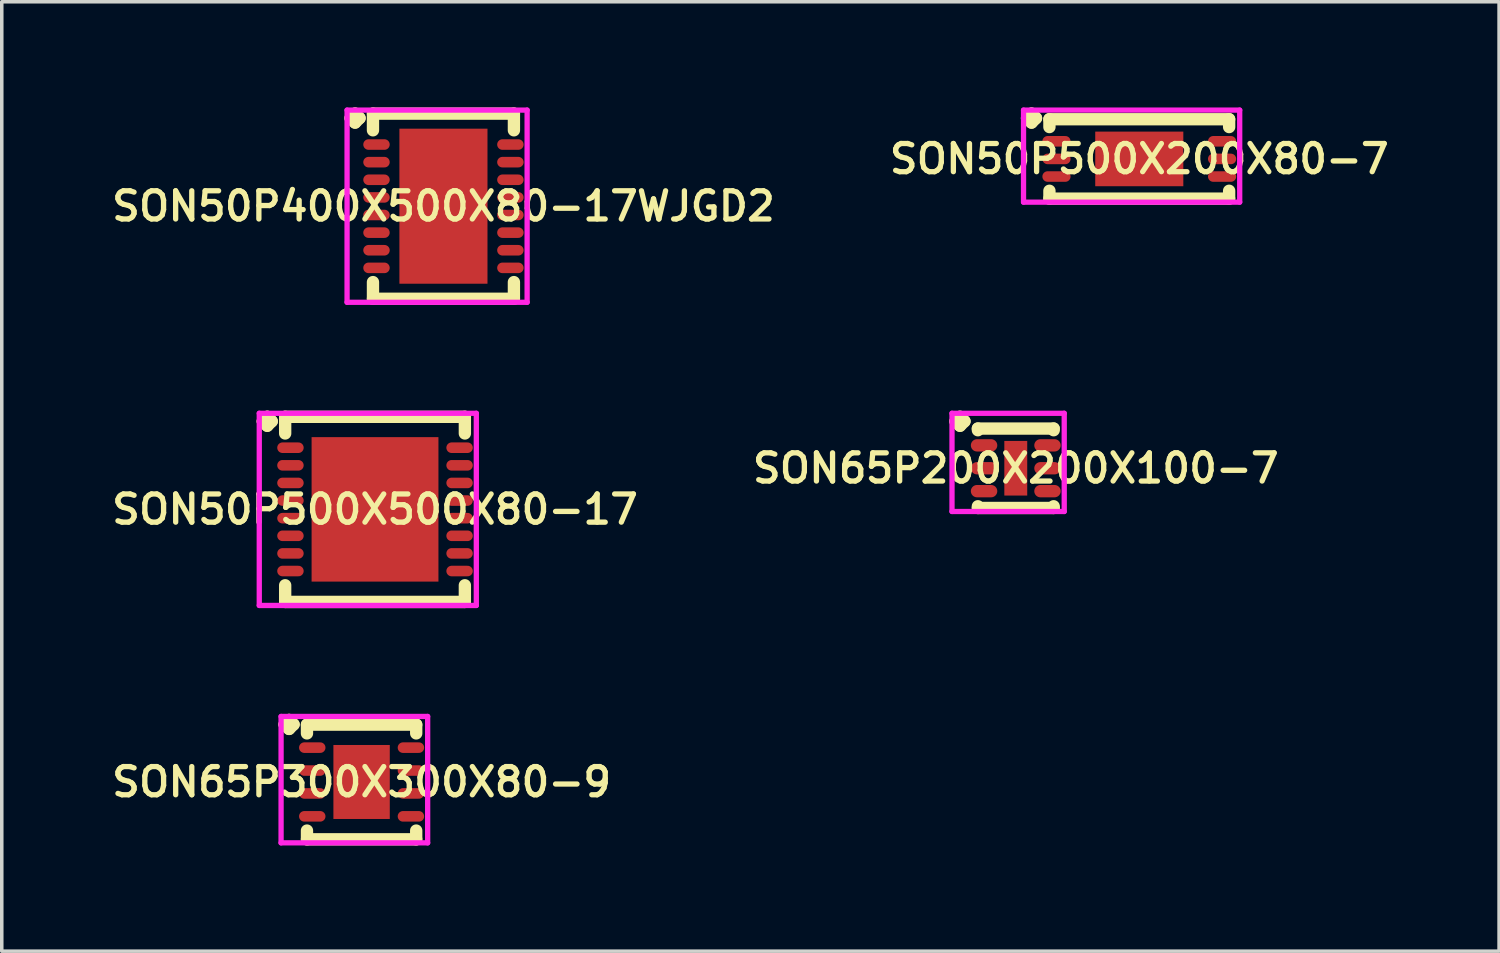
<source format=kicad_pcb>
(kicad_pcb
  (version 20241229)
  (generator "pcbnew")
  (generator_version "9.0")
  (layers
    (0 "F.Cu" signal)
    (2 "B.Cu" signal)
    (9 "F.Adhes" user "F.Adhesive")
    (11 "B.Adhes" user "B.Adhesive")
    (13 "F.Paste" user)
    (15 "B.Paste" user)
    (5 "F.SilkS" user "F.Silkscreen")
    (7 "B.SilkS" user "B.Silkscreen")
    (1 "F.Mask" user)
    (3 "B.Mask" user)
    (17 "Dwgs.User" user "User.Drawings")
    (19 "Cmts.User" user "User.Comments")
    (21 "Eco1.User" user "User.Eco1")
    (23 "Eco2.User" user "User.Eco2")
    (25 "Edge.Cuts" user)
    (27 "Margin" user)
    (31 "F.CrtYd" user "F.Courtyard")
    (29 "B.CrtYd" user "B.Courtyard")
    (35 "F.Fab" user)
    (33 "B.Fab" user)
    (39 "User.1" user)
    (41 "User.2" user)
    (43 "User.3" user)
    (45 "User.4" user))
  (footprint "SON65P300X300X80-9"
    (layer "F.Cu")
    (at 7.212 19.143)
    (property "Reference" "SON65P300X300X80-9" (at 0 0 0) (layer "F.SilkS") (effects (font (size 0.8 0.8) (thickness 0.15))))
    (attr smd)
    (fp_line (start -2.185 -1.633) (end -2.058 -1.76) (stroke (width 0.35) (type solid)) (layer "F.SilkS"))
    (fp_line (start -2.058 -1.76) (end -1.931 -1.633) (stroke (width 0.35) (type solid)) (layer "F.SilkS"))
    (fp_line (start -2.058 -1.506) (end -2.185 -1.633) (stroke (width 0.35) (type solid)) (layer "F.SilkS"))
    (fp_line (start -1.931 -1.633) (end -2.058 -1.506) (stroke (width 0.35) (type solid)) (layer "F.SilkS"))
    (fp_line (start -1.55 -1.627) (end 1.55 -1.627) (stroke (width 0.35) (type solid)) (layer "F.SilkS"))
    (fp_line (start -1.55 -1.379) (end -1.55 -1.627) (stroke (width 0.35) (type solid)) (layer "F.SilkS"))
    (fp_line (start -1.55 1.379) (end -1.55 1.627) (stroke (width 0.35) (type solid)) (layer "F.SilkS"))
    (fp_line (start -1.55 1.627) (end 1.55 1.627) (stroke (width 0.35) (type solid)) (layer "F.SilkS"))
    (fp_line (start 1.55 -1.627) (end 1.55 -1.379) (stroke (width 0.35) (type solid)) (layer "F.SilkS"))
    (fp_line (start 1.55 1.627) (end 1.55 1.379) (stroke (width 0.35) (type solid)) (layer "F.SilkS"))
    (fp_line (start -2.285 -1.86) (end 1.875 -1.86) (stroke (width 0.15) (type solid)) (layer "F.CrtYd"))
    (fp_line (start -2.285 1.727) (end -2.285 -1.86) (stroke (width 0.15) (type solid)) (layer "F.CrtYd"))
    (fp_line (start 1.875 -1.86) (end 1.875 1.727) (stroke (width 0.15) (type solid)) (layer "F.CrtYd"))
    (fp_line (start 1.875 1.727) (end -2.285 1.727) (stroke (width 0.15) (type solid)) (layer "F.CrtYd"))
    (pad "1" smd oval (at -1.4 -0.975) (size 0.75 0.3) (layers "F.Cu" "F.Mask" "F.Paste"))
    (pad "2" smd oval (at -1.4 -0.325) (size 0.75 0.3) (layers "F.Cu" "F.Mask" "F.Paste"))
    (pad "3" smd oval (at -1.4 0.325) (size 0.75 0.3) (layers "F.Cu" "F.Mask" "F.Paste"))
    (pad "4" smd oval (at -1.4 0.975) (size 0.75 0.3) (layers "F.Cu" "F.Mask" "F.Paste"))
    (pad "5" smd oval (at 1.4 0.975) (size 0.75 0.3) (layers "F.Cu" "F.Mask" "F.Paste"))
    (pad "6" smd oval (at 1.4 0.325) (size 0.75 0.3) (layers "F.Cu" "F.Mask" "F.Paste"))
    (pad "7" smd oval (at 1.4 -0.325) (size 0.75 0.3) (layers "F.Cu" "F.Mask" "F.Paste"))
    (pad "8" smd oval (at 1.4 -0.975) (size 0.75 0.3) (layers "F.Cu" "F.Mask" "F.Paste"))
    (pad "9" smd rect (at 0 0) (size 1.6 2.1) (layers "F.Cu" "F.Mask" "F.Paste")))
  (footprint "SON65P200X200X100-7"
    (layer "F.Cu")
    (at 25.778 10.239)
    (property "Reference" "SON65P200X200X100-7" (at 0 0 0) (layer "F.SilkS") (effects (font (size 0.8 0.8) (thickness 0.15))))
    (attr smd)
    (fp_line (start -1.71 -1.333) (end -1.583 -1.46) (stroke (width 0.35) (type solid)) (layer "F.SilkS"))
    (fp_line (start -1.583 -1.46) (end -1.456 -1.333) (stroke (width 0.35) (type solid)) (layer "F.SilkS"))
    (fp_line (start -1.583 -1.206) (end -1.71 -1.333) (stroke (width 0.35) (type solid)) (layer "F.SilkS"))
    (fp_line (start -1.456 -1.333) (end -1.583 -1.206) (stroke (width 0.35) (type solid)) (layer "F.SilkS"))
    (fp_line (start -1.075 -1.127) (end 1.075 -1.127) (stroke (width 0.35) (type solid)) (layer "F.SilkS"))
    (fp_line (start -1.075 -1.079) (end -1.075 -1.127) (stroke (width 0.35) (type solid)) (layer "F.SilkS"))
    (fp_line (start -1.075 1.079) (end -1.075 1.127) (stroke (width 0.35) (type solid)) (layer "F.SilkS"))
    (fp_line (start -1.075 1.127) (end 1.075 1.127) (stroke (width 0.35) (type solid)) (layer "F.SilkS"))
    (fp_line (start 1.075 -1.127) (end 1.075 -1.079) (stroke (width 0.35) (type solid)) (layer "F.SilkS"))
    (fp_line (start 1.075 1.127) (end 1.075 1.079) (stroke (width 0.35) (type solid)) (layer "F.SilkS"))
    (fp_line (start -1.81 -1.56) (end 1.375 -1.56) (stroke (width 0.15) (type solid)) (layer "F.CrtYd"))
    (fp_line (start -1.81 1.227) (end -1.81 -1.56) (stroke (width 0.15) (type solid)) (layer "F.CrtYd"))
    (fp_line (start 1.375 -1.56) (end 1.375 1.227) (stroke (width 0.15) (type solid)) (layer "F.CrtYd"))
    (fp_line (start 1.375 1.227) (end -1.81 1.227) (stroke (width 0.15) (type solid)) (layer "F.CrtYd"))
    (pad "1" smd oval (at -0.9 -0.65) (size 0.75 0.35) (layers "F.Cu" "F.Mask" "F.Paste"))
    (pad "2" smd oval (at -0.9 0) (size 0.75 0.35) (layers "F.Cu" "F.Mask" "F.Paste"))
    (pad "3" smd oval (at -0.9 0.65) (size 0.75 0.35) (layers "F.Cu" "F.Mask" "F.Paste"))
    (pad "4" smd oval (at 0.9 0.65) (size 0.75 0.35) (layers "F.Cu" "F.Mask" "F.Paste"))
    (pad "5" smd oval (at 0.9 0) (size 0.75 0.35) (layers "F.Cu" "F.Mask" "F.Paste"))
    (pad "6" smd oval (at 0.9 -0.65) (size 0.75 0.35) (layers "F.Cu" "F.Mask" "F.Paste"))
    (pad "7" smd rect (at 0 0) (size 0.65 1.55) (layers "F.Cu" "F.Mask" "F.Paste")))
  (footprint "SON50P500X200X80-7"
    (layer "F.Cu")
    (at 29.283 1.46)
    (property "Reference" "SON50P500X200X80-7" (at 0 0 0) (layer "F.SilkS") (effects (font (size 0.8 0.8) (thickness 0.15))))
    (attr smd)
    (fp_line (start -3.185 -1.158) (end -3.058 -1.285) (stroke (width 0.35) (type solid)) (layer "F.SilkS"))
    (fp_line (start -3.058 -1.285) (end -2.931 -1.158) (stroke (width 0.35) (type solid)) (layer "F.SilkS"))
    (fp_line (start -3.058 -1.031) (end -3.185 -1.158) (stroke (width 0.35) (type solid)) (layer "F.SilkS"))
    (fp_line (start -2.931 -1.158) (end -3.058 -1.031) (stroke (width 0.35) (type solid)) (layer "F.SilkS"))
    (fp_line (start -2.55 -1.127) (end 2.55 -1.127) (stroke (width 0.35) (type solid)) (layer "F.SilkS"))
    (fp_line (start -2.55 -0.904) (end -2.55 -1.127) (stroke (width 0.35) (type solid)) (layer "F.SilkS"))
    (fp_line (start -2.55 0.904) (end -2.55 1.127) (stroke (width 0.35) (type solid)) (layer "F.SilkS"))
    (fp_line (start -2.55 1.127) (end 2.55 1.127) (stroke (width 0.35) (type solid)) (layer "F.SilkS"))
    (fp_line (start 2.55 -1.127) (end 2.55 -0.904) (stroke (width 0.35) (type solid)) (layer "F.SilkS"))
    (fp_line (start 2.55 1.127) (end 2.55 0.904) (stroke (width 0.35) (type solid)) (layer "F.SilkS"))
    (fp_line (start -3.285 -1.385) (end 2.85 -1.385) (stroke (width 0.15) (type solid)) (layer "F.CrtYd"))
    (fp_line (start -3.285 1.227) (end -3.285 -1.385) (stroke (width 0.15) (type solid)) (layer "F.CrtYd"))
    (fp_line (start 2.85 -1.385) (end 2.85 1.227) (stroke (width 0.15) (type solid)) (layer "F.CrtYd"))
    (fp_line (start 2.85 1.227) (end -3.285 1.227) (stroke (width 0.15) (type solid)) (layer "F.CrtYd"))
    (pad "1" smd oval (at -2.35 -0.5) (size 0.8 0.3) (layers "F.Cu" "F.Mask" "F.Paste"))
    (pad "2" smd oval (at -2.35 0) (size 0.8 0.3) (layers "F.Cu" "F.Mask" "F.Paste"))
    (pad "3" smd oval (at -2.35 0.5) (size 0.8 0.3) (layers "F.Cu" "F.Mask" "F.Paste"))
    (pad "4" smd oval (at 2.35 0.5) (size 0.8 0.3) (layers "F.Cu" "F.Mask" "F.Paste"))
    (pad "5" smd oval (at 2.35 0) (size 0.8 0.3) (layers "F.Cu" "F.Mask" "F.Paste"))
    (pad "6" smd oval (at 2.35 -0.5) (size 0.8 0.3) (layers "F.Cu" "F.Mask" "F.Paste"))
    (pad "7" smd rect (at 0 0) (size 2.5 1.55) (layers "F.Cu" "F.Mask" "F.Paste")))
  (footprint "SON50P400X500X80-17WJGD2"
    (layer "F.Cu")
    (at 9.535 2.802)
    (property "Reference" "SON50P400X500X80-17WJGD2" (at 0 0 0) (layer "F.SilkS") (effects (font (size 0.8 0.8) (thickness 0.15))))
    (attr smd)
    (fp_line (start -2.635 -2.5) (end -2.508 -2.627) (stroke (width 0.35) (type solid)) (layer "F.SilkS"))
    (fp_line (start -2.508 -2.627) (end -2.381 -2.5) (stroke (width 0.35) (type solid)) (layer "F.SilkS"))
    (fp_line (start -2.508 -2.373) (end -2.635 -2.5) (stroke (width 0.35) (type solid)) (layer "F.SilkS"))
    (fp_line (start -2.381 -2.5) (end -2.508 -2.373) (stroke (width 0.35) (type solid)) (layer "F.SilkS"))
    (fp_line (start -2 -2.627) (end 2 -2.627) (stroke (width 0.35) (type solid)) (layer "F.SilkS"))
    (fp_line (start -2 -2.154) (end -2 -2.627) (stroke (width 0.35) (type solid)) (layer "F.SilkS"))
    (fp_line (start -2 2.154) (end -2 2.627) (stroke (width 0.35) (type solid)) (layer "F.SilkS"))
    (fp_line (start -2 2.627) (end 2 2.627) (stroke (width 0.35) (type solid)) (layer "F.SilkS"))
    (fp_line (start 2 -2.627) (end 2 -2.154) (stroke (width 0.35) (type solid)) (layer "F.SilkS"))
    (fp_line (start 2 2.627) (end 2 2.154) (stroke (width 0.35) (type solid)) (layer "F.SilkS"))
    (fp_line (start -2.735 -2.727) (end 2.375 -2.727) (stroke (width 0.15) (type solid)) (layer "F.CrtYd"))
    (fp_line (start -2.735 2.727) (end -2.735 -2.727) (stroke (width 0.15) (type solid)) (layer "F.CrtYd"))
    (fp_line (start 2.375 -2.727) (end 2.375 2.727) (stroke (width 0.15) (type solid)) (layer "F.CrtYd"))
    (fp_line (start 2.375 2.727) (end -2.735 2.727) (stroke (width 0.15) (type solid)) (layer "F.CrtYd"))
    (pad "1" smd oval (at -1.9 -1.75) (size 0.75 0.3) (layers "F.Cu" "F.Mask" "F.Paste"))
    (pad "2" smd oval (at -1.9 -1.25) (size 0.75 0.3) (layers "F.Cu" "F.Mask" "F.Paste"))
    (pad "3" smd oval (at -1.9 -0.75) (size 0.75 0.3) (layers "F.Cu" "F.Mask" "F.Paste"))
    (pad "4" smd oval (at -1.9 -0.25) (size 0.75 0.3) (layers "F.Cu" "F.Mask" "F.Paste"))
    (pad "5" smd oval (at -1.9 0.25) (size 0.75 0.3) (layers "F.Cu" "F.Mask" "F.Paste"))
    (pad "6" smd oval (at -1.9 0.75) (size 0.75 0.3) (layers "F.Cu" "F.Mask" "F.Paste"))
    (pad "7" smd oval (at -1.9 1.25) (size 0.75 0.3) (layers "F.Cu" "F.Mask" "F.Paste"))
    (pad "8" smd oval (at -1.9 1.75) (size 0.75 0.3) (layers "F.Cu" "F.Mask" "F.Paste"))
    (pad "9" smd oval (at 1.9 1.75) (size 0.75 0.3) (layers "F.Cu" "F.Mask" "F.Paste"))
    (pad "10" smd oval (at 1.9 1.25) (size 0.75 0.3) (layers "F.Cu" "F.Mask" "F.Paste"))
    (pad "11" smd oval (at 1.9 0.75) (size 0.75 0.3) (layers "F.Cu" "F.Mask" "F.Paste"))
    (pad "12" smd oval (at 1.9 0.25) (size 0.75 0.3) (layers "F.Cu" "F.Mask" "F.Paste"))
    (pad "13" smd oval (at 1.9 -0.25) (size 0.75 0.3) (layers "F.Cu" "F.Mask" "F.Paste"))
    (pad "14" smd oval (at 1.9 -0.75) (size 0.75 0.3) (layers "F.Cu" "F.Mask" "F.Paste"))
    (pad "15" smd oval (at 1.9 -1.25) (size 0.75 0.3) (layers "F.Cu" "F.Mask" "F.Paste"))
    (pad "16" smd oval (at 1.9 -1.75) (size 0.75 0.3) (layers "F.Cu" "F.Mask" "F.Paste"))
    (pad "17" smd rect (at 0 0) (size 2.5 4.4) (layers "F.Cu" "F.Mask" "F.Paste")))
  (footprint "SON50P500X500X80-17"
    (layer "F.Cu")
    (at 7.593 11.406)
    (property "Reference" "SON50P500X500X80-17" (at 0 0 0) (layer "F.SilkS") (effects (font (size 0.8 0.8) (thickness 0.15))))
    (attr smd)
    (fp_line (start -3.185 -2.5) (end -3.058 -2.627) (stroke (width 0.35) (type solid)) (layer "F.SilkS"))
    (fp_line (start -3.058 -2.627) (end -2.931 -2.5) (stroke (width 0.35) (type solid)) (layer "F.SilkS"))
    (fp_line (start -3.058 -2.373) (end -3.185 -2.5) (stroke (width 0.35) (type solid)) (layer "F.SilkS"))
    (fp_line (start -2.931 -2.5) (end -3.058 -2.373) (stroke (width 0.35) (type solid)) (layer "F.SilkS"))
    (fp_line (start -2.55 -2.627) (end 2.55 -2.627) (stroke (width 0.35) (type solid)) (layer "F.SilkS"))
    (fp_line (start -2.55 -2.154) (end -2.55 -2.627) (stroke (width 0.35) (type solid)) (layer "F.SilkS"))
    (fp_line (start -2.55 2.154) (end -2.55 2.627) (stroke (width 0.35) (type solid)) (layer "F.SilkS"))
    (fp_line (start -2.55 2.627) (end 2.55 2.627) (stroke (width 0.35) (type solid)) (layer "F.SilkS"))
    (fp_line (start 2.55 -2.627) (end 2.55 -2.154) (stroke (width 0.35) (type solid)) (layer "F.SilkS"))
    (fp_line (start 2.55 2.627) (end 2.55 2.154) (stroke (width 0.35) (type solid)) (layer "F.SilkS"))
    (fp_line (start -3.285 -2.727) (end 2.875 -2.727) (stroke (width 0.15) (type solid)) (layer "F.CrtYd"))
    (fp_line (start -3.285 2.727) (end -3.285 -2.727) (stroke (width 0.15) (type solid)) (layer "F.CrtYd"))
    (fp_line (start 2.875 -2.727) (end 2.875 2.727) (stroke (width 0.15) (type solid)) (layer "F.CrtYd"))
    (fp_line (start 2.875 2.727) (end -3.285 2.727) (stroke (width 0.15) (type solid)) (layer "F.CrtYd"))
    (pad "1" smd oval (at -2.4 -1.75) (size 0.75 0.3) (layers "F.Cu" "F.Mask" "F.Paste"))
    (pad "2" smd oval (at -2.4 -1.25) (size 0.75 0.3) (layers "F.Cu" "F.Mask" "F.Paste"))
    (pad "3" smd oval (at -2.4 -0.75) (size 0.75 0.3) (layers "F.Cu" "F.Mask" "F.Paste"))
    (pad "4" smd oval (at -2.4 -0.25) (size 0.75 0.3) (layers "F.Cu" "F.Mask" "F.Paste"))
    (pad "5" smd oval (at -2.4 0.25) (size 0.75 0.3) (layers "F.Cu" "F.Mask" "F.Paste"))
    (pad "6" smd oval (at -2.4 0.75) (size 0.75 0.3) (layers "F.Cu" "F.Mask" "F.Paste"))
    (pad "7" smd oval (at -2.4 1.25) (size 0.75 0.3) (layers "F.Cu" "F.Mask" "F.Paste"))
    (pad "8" smd oval (at -2.4 1.75) (size 0.75 0.3) (layers "F.Cu" "F.Mask" "F.Paste"))
    (pad "9" smd oval (at 2.4 1.75) (size 0.75 0.3) (layers "F.Cu" "F.Mask" "F.Paste"))
    (pad "10" smd oval (at 2.4 1.25) (size 0.75 0.3) (layers "F.Cu" "F.Mask" "F.Paste"))
    (pad "11" smd oval (at 2.4 0.75) (size 0.75 0.3) (layers "F.Cu" "F.Mask" "F.Paste"))
    (pad "12" smd oval (at 2.4 0.25) (size 0.75 0.3) (layers "F.Cu" "F.Mask" "F.Paste"))
    (pad "13" smd oval (at 2.4 -0.25) (size 0.75 0.3) (layers "F.Cu" "F.Mask" "F.Paste"))
    (pad "14" smd oval (at 2.4 -0.75) (size 0.75 0.3) (layers "F.Cu" "F.Mask" "F.Paste"))
    (pad "15" smd oval (at 2.4 -1.25) (size 0.75 0.3) (layers "F.Cu" "F.Mask" "F.Paste"))
    (pad "16" smd oval (at 2.4 -1.75) (size 0.75 0.3) (layers "F.Cu" "F.Mask" "F.Paste"))
    (pad "17" smd rect (at 0 0) (size 3.6 4.1) (layers "F.Cu" "F.Mask" "F.Paste")))
  (gr_rect
    (start -3 -3)
    (end 39.494 23.945)
    (stroke (width 0.1) (type default))
    (fill no)
    (layer "Edge.Cuts")))
</source>
